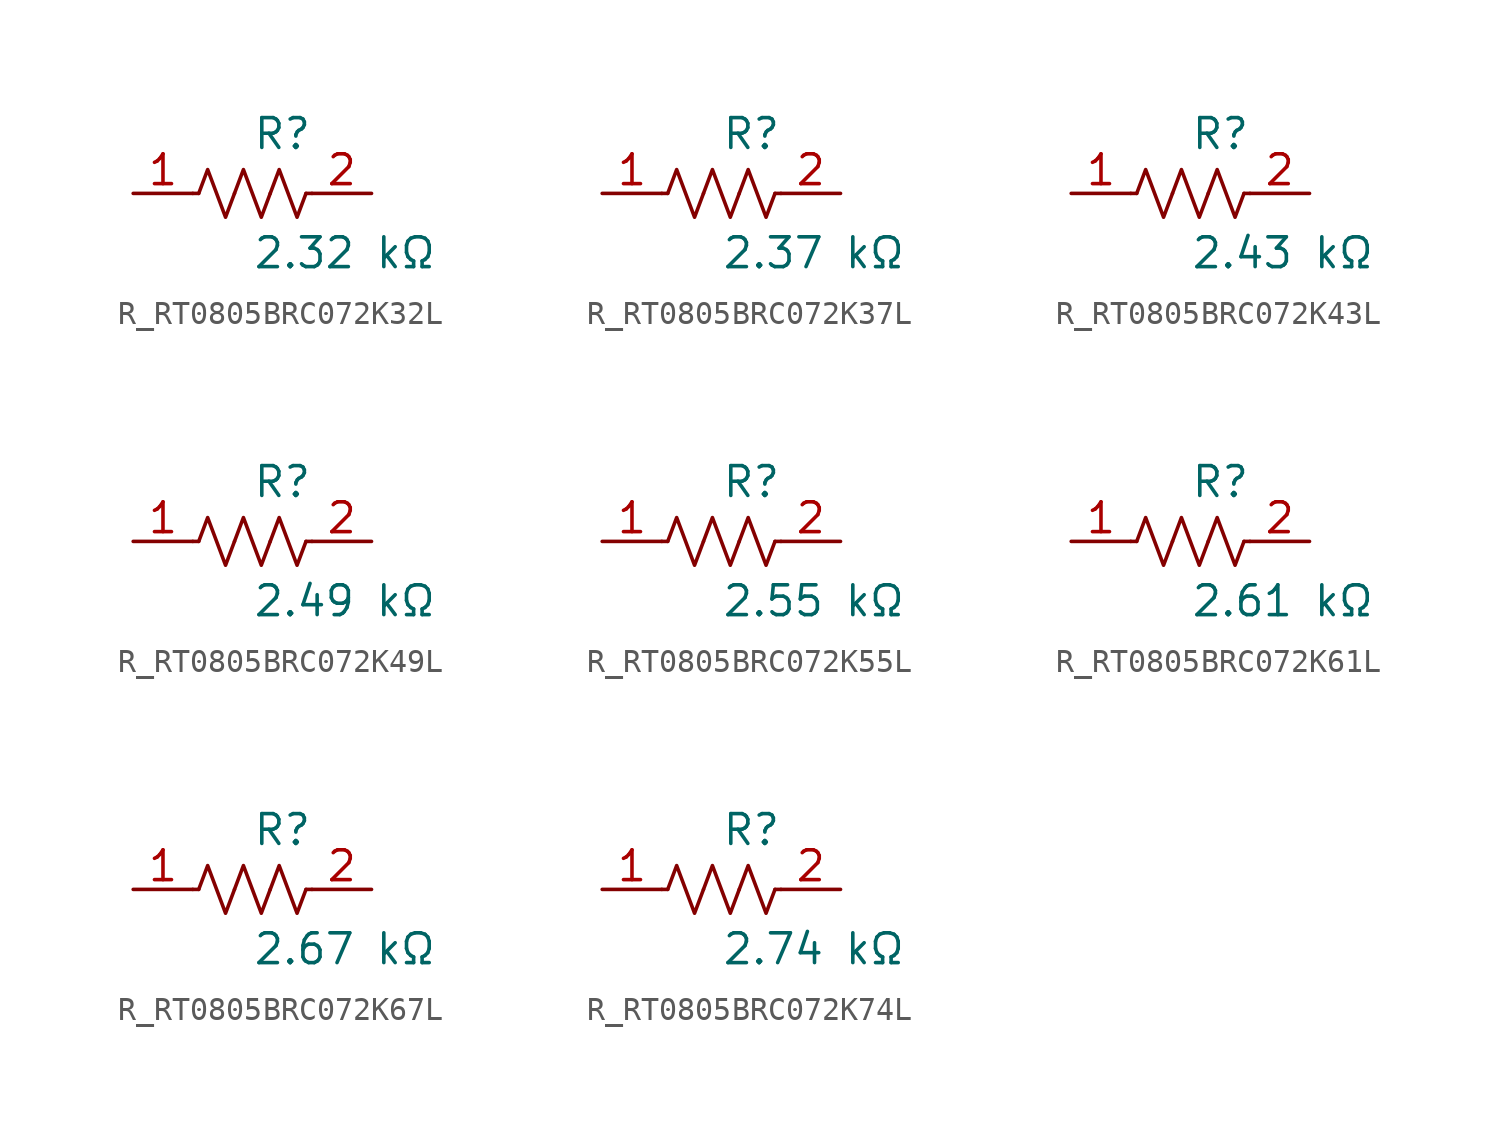
<source format=kicad_sym>
(kicad_symbol_lib
  (version 20231120)
  (generator kicad_symbol_editor)
  (generator_version 8.0)
  (symbol "R_RT0805BRC072K32L"
    (pin_names
      (offset 0.254))
    (property "Reference" "R"
      (at 0 2.54 0)
      (effects (font (size 1.27 1.27)) (justify left)))
    (property "Value" "2.32 kΩ"
      (at 0 -2.54 0)
      (effects (font (size 1.27 1.27)) (justify left)))
    (symbol "R_RT0805BRC072K32L_0_1"
      (polyline (pts (xy 2.286 0) (xy 2.54 0)) (stroke (width 0) (type default)) (fill (type none)))
      (polyline (pts (xy -2.286 0) (xy -2.54 0)) (stroke (width 0) (type default)) (fill (type none)))
      (polyline (pts (xy 0.762 0) (xy 1.143 1.016) (xy 1.524 0) (xy 1.905 -1.016) (xy 2.286 0)) (stroke (width 0) (type default)) (fill (type none)))
      (polyline (pts (xy -0.762 0) (xy -0.381 1.016) (xy 0 0) (xy 0.381 -1.016) (xy 0.762 0)) (stroke (width 0) (type default)) (fill (type none)))
      (polyline (pts (xy -2.286 0) (xy -1.905 1.016) (xy -1.524 0) (xy -1.143 -1.016) (xy -0.762 0)) (stroke (width 0) (type default)) (fill (type none))))
    (pin unspecified line
      (at -5.08 0 0)
      (length 2.54)
      (name "" (effects (font (size 1.27 1.27))))
      (number "1" (effects (font (size 1.27 1.27)))))
    (pin unspecified line
      (at 5.08 0 180)
      (length 2.54)
      (name "" (effects (font (size 1.27 1.27))))
      (number "2" (effects (font (size 1.27 1.27))))))
  (symbol "R_RT0805BRC072K37L"
    (pin_names
      (offset 0.254))
    (property "Reference" "R"
      (at 0 2.54 0)
      (effects (font (size 1.27 1.27)) (justify left)))
    (property "Value" "2.37 kΩ"
      (at 0 -2.54 0)
      (effects (font (size 1.27 1.27)) (justify left)))
    (symbol "R_RT0805BRC072K37L_0_1"
      (polyline (pts (xy 2.286 0) (xy 2.54 0)) (stroke (width 0) (type default)) (fill (type none)))
      (polyline (pts (xy -2.286 0) (xy -2.54 0)) (stroke (width 0) (type default)) (fill (type none)))
      (polyline (pts (xy 0.762 0) (xy 1.143 1.016) (xy 1.524 0) (xy 1.905 -1.016) (xy 2.286 0)) (stroke (width 0) (type default)) (fill (type none)))
      (polyline (pts (xy -0.762 0) (xy -0.381 1.016) (xy 0 0) (xy 0.381 -1.016) (xy 0.762 0)) (stroke (width 0) (type default)) (fill (type none)))
      (polyline (pts (xy -2.286 0) (xy -1.905 1.016) (xy -1.524 0) (xy -1.143 -1.016) (xy -0.762 0)) (stroke (width 0) (type default)) (fill (type none))))
    (pin unspecified line
      (at -5.08 0 0)
      (length 2.54)
      (name "" (effects (font (size 1.27 1.27))))
      (number "1" (effects (font (size 1.27 1.27)))))
    (pin unspecified line
      (at 5.08 0 180)
      (length 2.54)
      (name "" (effects (font (size 1.27 1.27))))
      (number "2" (effects (font (size 1.27 1.27))))))
  (symbol "R_RT0805BRC072K43L"
    (pin_names
      (offset 0.254))
    (property "Reference" "R"
      (at 0 2.54 0)
      (effects (font (size 1.27 1.27)) (justify left)))
    (property "Value" "2.43 kΩ"
      (at 0 -2.54 0)
      (effects (font (size 1.27 1.27)) (justify left)))
    (symbol "R_RT0805BRC072K43L_0_1"
      (polyline (pts (xy 2.286 0) (xy 2.54 0)) (stroke (width 0) (type default)) (fill (type none)))
      (polyline (pts (xy -2.286 0) (xy -2.54 0)) (stroke (width 0) (type default)) (fill (type none)))
      (polyline (pts (xy 0.762 0) (xy 1.143 1.016) (xy 1.524 0) (xy 1.905 -1.016) (xy 2.286 0)) (stroke (width 0) (type default)) (fill (type none)))
      (polyline (pts (xy -0.762 0) (xy -0.381 1.016) (xy 0 0) (xy 0.381 -1.016) (xy 0.762 0)) (stroke (width 0) (type default)) (fill (type none)))
      (polyline (pts (xy -2.286 0) (xy -1.905 1.016) (xy -1.524 0) (xy -1.143 -1.016) (xy -0.762 0)) (stroke (width 0) (type default)) (fill (type none))))
    (pin unspecified line
      (at -5.08 0 0)
      (length 2.54)
      (name "" (effects (font (size 1.27 1.27))))
      (number "1" (effects (font (size 1.27 1.27)))))
    (pin unspecified line
      (at 5.08 0 180)
      (length 2.54)
      (name "" (effects (font (size 1.27 1.27))))
      (number "2" (effects (font (size 1.27 1.27))))))
  (symbol "R_RT0805BRC072K49L"
    (pin_names
      (offset 0.254))
    (property "Reference" "R"
      (at 0 2.54 0)
      (effects (font (size 1.27 1.27)) (justify left)))
    (property "Value" "2.49 kΩ"
      (at 0 -2.54 0)
      (effects (font (size 1.27 1.27)) (justify left)))
    (symbol "R_RT0805BRC072K49L_0_1"
      (polyline (pts (xy 2.286 0) (xy 2.54 0)) (stroke (width 0) (type default)) (fill (type none)))
      (polyline (pts (xy -2.286 0) (xy -2.54 0)) (stroke (width 0) (type default)) (fill (type none)))
      (polyline (pts (xy 0.762 0) (xy 1.143 1.016) (xy 1.524 0) (xy 1.905 -1.016) (xy 2.286 0)) (stroke (width 0) (type default)) (fill (type none)))
      (polyline (pts (xy -0.762 0) (xy -0.381 1.016) (xy 0 0) (xy 0.381 -1.016) (xy 0.762 0)) (stroke (width 0) (type default)) (fill (type none)))
      (polyline (pts (xy -2.286 0) (xy -1.905 1.016) (xy -1.524 0) (xy -1.143 -1.016) (xy -0.762 0)) (stroke (width 0) (type default)) (fill (type none))))
    (pin unspecified line
      (at -5.08 0 0)
      (length 2.54)
      (name "" (effects (font (size 1.27 1.27))))
      (number "1" (effects (font (size 1.27 1.27)))))
    (pin unspecified line
      (at 5.08 0 180)
      (length 2.54)
      (name "" (effects (font (size 1.27 1.27))))
      (number "2" (effects (font (size 1.27 1.27))))))
  (symbol "R_RT0805BRC072K55L"
    (pin_names
      (offset 0.254))
    (property "Reference" "R"
      (at 0 2.54 0)
      (effects (font (size 1.27 1.27)) (justify left)))
    (property "Value" "2.55 kΩ"
      (at 0 -2.54 0)
      (effects (font (size 1.27 1.27)) (justify left)))
    (symbol "R_RT0805BRC072K55L_0_1"
      (polyline (pts (xy 2.286 0) (xy 2.54 0)) (stroke (width 0) (type default)) (fill (type none)))
      (polyline (pts (xy -2.286 0) (xy -2.54 0)) (stroke (width 0) (type default)) (fill (type none)))
      (polyline (pts (xy 0.762 0) (xy 1.143 1.016) (xy 1.524 0) (xy 1.905 -1.016) (xy 2.286 0)) (stroke (width 0) (type default)) (fill (type none)))
      (polyline (pts (xy -0.762 0) (xy -0.381 1.016) (xy 0 0) (xy 0.381 -1.016) (xy 0.762 0)) (stroke (width 0) (type default)) (fill (type none)))
      (polyline (pts (xy -2.286 0) (xy -1.905 1.016) (xy -1.524 0) (xy -1.143 -1.016) (xy -0.762 0)) (stroke (width 0) (type default)) (fill (type none))))
    (pin unspecified line
      (at -5.08 0 0)
      (length 2.54)
      (name "" (effects (font (size 1.27 1.27))))
      (number "1" (effects (font (size 1.27 1.27)))))
    (pin unspecified line
      (at 5.08 0 180)
      (length 2.54)
      (name "" (effects (font (size 1.27 1.27))))
      (number "2" (effects (font (size 1.27 1.27))))))
  (symbol "R_RT0805BRC072K61L"
    (pin_names
      (offset 0.254))
    (property "Reference" "R"
      (at 0 2.54 0)
      (effects (font (size 1.27 1.27)) (justify left)))
    (property "Value" "2.61 kΩ"
      (at 0 -2.54 0)
      (effects (font (size 1.27 1.27)) (justify left)))
    (symbol "R_RT0805BRC072K61L_0_1"
      (polyline (pts (xy 2.286 0) (xy 2.54 0)) (stroke (width 0) (type default)) (fill (type none)))
      (polyline (pts (xy -2.286 0) (xy -2.54 0)) (stroke (width 0) (type default)) (fill (type none)))
      (polyline (pts (xy 0.762 0) (xy 1.143 1.016) (xy 1.524 0) (xy 1.905 -1.016) (xy 2.286 0)) (stroke (width 0) (type default)) (fill (type none)))
      (polyline (pts (xy -0.762 0) (xy -0.381 1.016) (xy 0 0) (xy 0.381 -1.016) (xy 0.762 0)) (stroke (width 0) (type default)) (fill (type none)))
      (polyline (pts (xy -2.286 0) (xy -1.905 1.016) (xy -1.524 0) (xy -1.143 -1.016) (xy -0.762 0)) (stroke (width 0) (type default)) (fill (type none))))
    (pin unspecified line
      (at -5.08 0 0)
      (length 2.54)
      (name "" (effects (font (size 1.27 1.27))))
      (number "1" (effects (font (size 1.27 1.27)))))
    (pin unspecified line
      (at 5.08 0 180)
      (length 2.54)
      (name "" (effects (font (size 1.27 1.27))))
      (number "2" (effects (font (size 1.27 1.27))))))
  (symbol "R_RT0805BRC072K67L"
    (pin_names
      (offset 0.254))
    (property "Reference" "R"
      (at 0 2.54 0)
      (effects (font (size 1.27 1.27)) (justify left)))
    (property "Value" "2.67 kΩ"
      (at 0 -2.54 0)
      (effects (font (size 1.27 1.27)) (justify left)))
    (symbol "R_RT0805BRC072K67L_0_1"
      (polyline (pts (xy 2.286 0) (xy 2.54 0)) (stroke (width 0) (type default)) (fill (type none)))
      (polyline (pts (xy -2.286 0) (xy -2.54 0)) (stroke (width 0) (type default)) (fill (type none)))
      (polyline (pts (xy 0.762 0) (xy 1.143 1.016) (xy 1.524 0) (xy 1.905 -1.016) (xy 2.286 0)) (stroke (width 0) (type default)) (fill (type none)))
      (polyline (pts (xy -0.762 0) (xy -0.381 1.016) (xy 0 0) (xy 0.381 -1.016) (xy 0.762 0)) (stroke (width 0) (type default)) (fill (type none)))
      (polyline (pts (xy -2.286 0) (xy -1.905 1.016) (xy -1.524 0) (xy -1.143 -1.016) (xy -0.762 0)) (stroke (width 0) (type default)) (fill (type none))))
    (pin unspecified line
      (at -5.08 0 0)
      (length 2.54)
      (name "" (effects (font (size 1.27 1.27))))
      (number "1" (effects (font (size 1.27 1.27)))))
    (pin unspecified line
      (at 5.08 0 180)
      (length 2.54)
      (name "" (effects (font (size 1.27 1.27))))
      (number "2" (effects (font (size 1.27 1.27))))))
  (symbol "R_RT0805BRC072K74L"
    (pin_names
      (offset 0.254))
    (property "Reference" "R"
      (at 0 2.54 0)
      (effects (font (size 1.27 1.27)) (justify left)))
    (property "Value" "2.74 kΩ"
      (at 0 -2.54 0)
      (effects (font (size 1.27 1.27)) (justify left)))
    (symbol "R_RT0805BRC072K74L_0_1"
      (polyline (pts (xy 2.286 0) (xy 2.54 0)) (stroke (width 0) (type default)) (fill (type none)))
      (polyline (pts (xy -2.286 0) (xy -2.54 0)) (stroke (width 0) (type default)) (fill (type none)))
      (polyline (pts (xy 0.762 0) (xy 1.143 1.016) (xy 1.524 0) (xy 1.905 -1.016) (xy 2.286 0)) (stroke (width 0) (type default)) (fill (type none)))
      (polyline (pts (xy -0.762 0) (xy -0.381 1.016) (xy 0 0) (xy 0.381 -1.016) (xy 0.762 0)) (stroke (width 0) (type default)) (fill (type none)))
      (polyline (pts (xy -2.286 0) (xy -1.905 1.016) (xy -1.524 0) (xy -1.143 -1.016) (xy -0.762 0)) (stroke (width 0) (type default)) (fill (type none))))
    (pin unspecified line
      (at -5.08 0 0)
      (length 2.54)
      (name "" (effects (font (size 1.27 1.27))))
      (number "1" (effects (font (size 1.27 1.27)))))
    (pin unspecified line
      (at 5.08 0 180)
      (length 2.54)
      (name "" (effects (font (size 1.27 1.27))))
      (number "2" (effects (font (size 1.27 1.27)))))))
</source>
